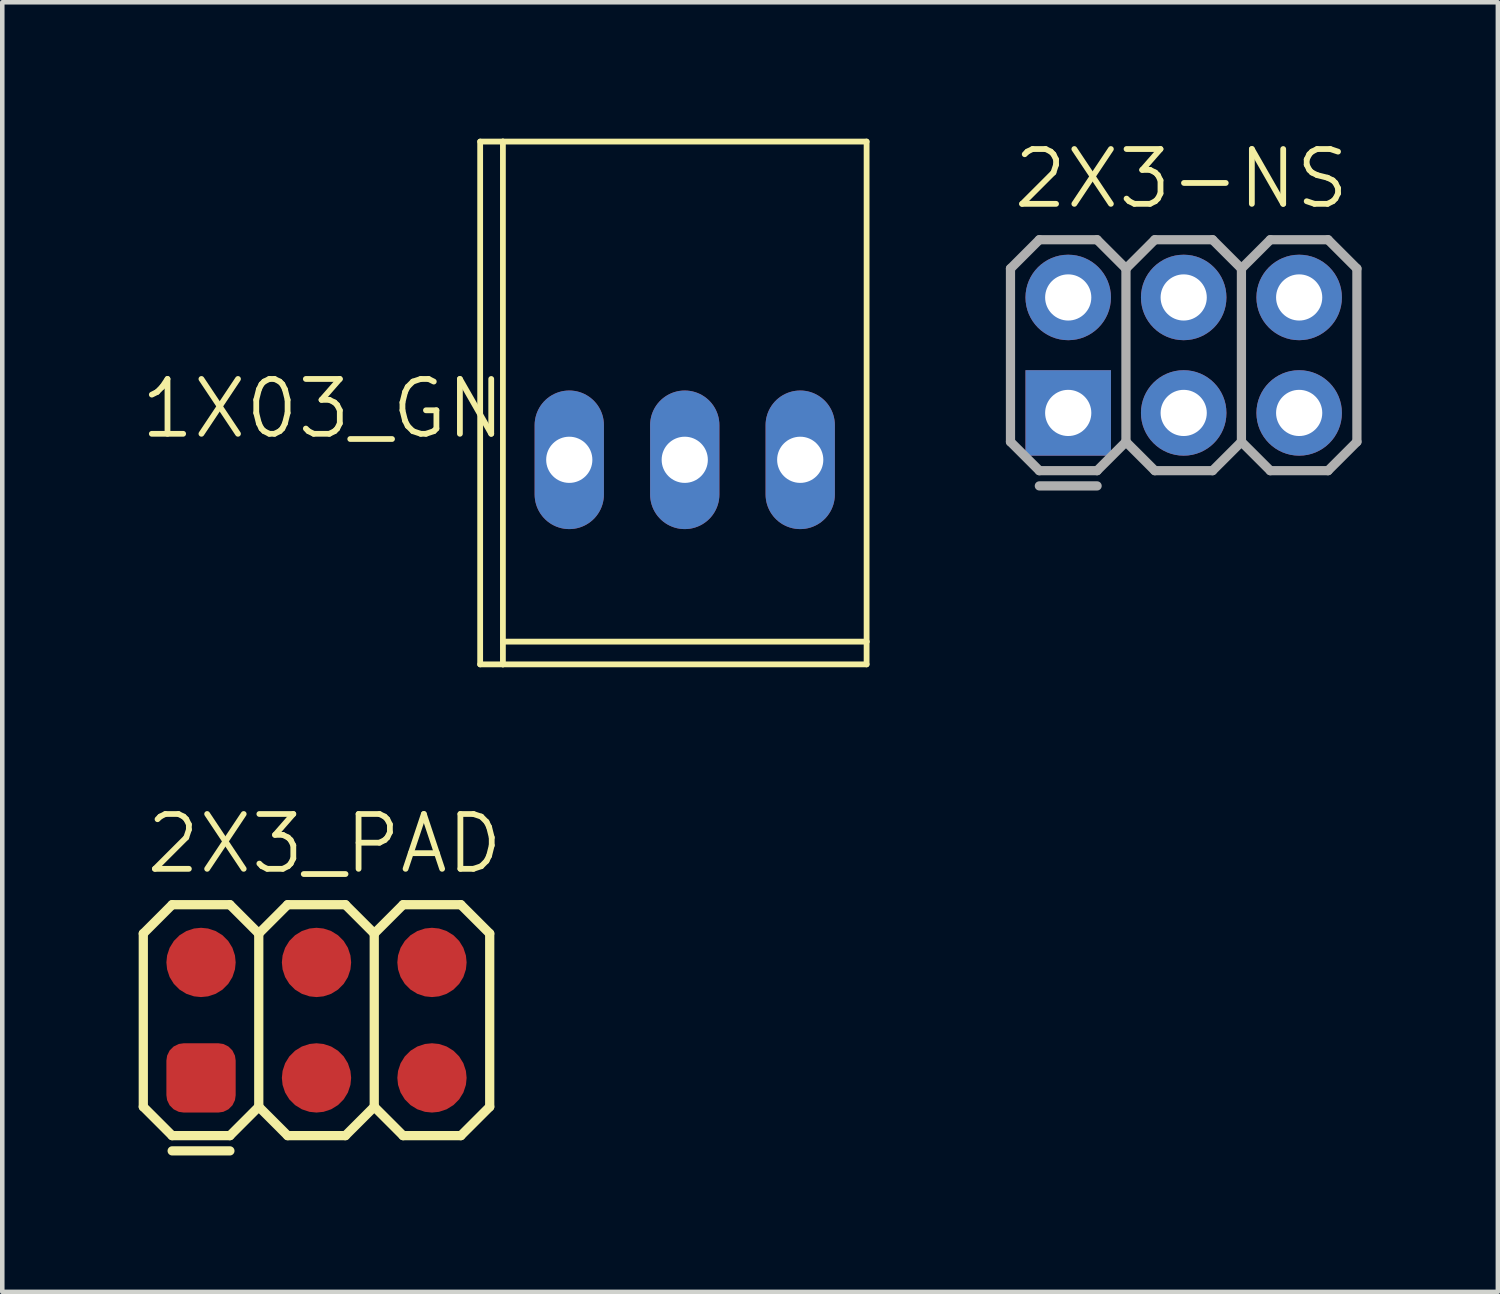
<source format=kicad_pcb>
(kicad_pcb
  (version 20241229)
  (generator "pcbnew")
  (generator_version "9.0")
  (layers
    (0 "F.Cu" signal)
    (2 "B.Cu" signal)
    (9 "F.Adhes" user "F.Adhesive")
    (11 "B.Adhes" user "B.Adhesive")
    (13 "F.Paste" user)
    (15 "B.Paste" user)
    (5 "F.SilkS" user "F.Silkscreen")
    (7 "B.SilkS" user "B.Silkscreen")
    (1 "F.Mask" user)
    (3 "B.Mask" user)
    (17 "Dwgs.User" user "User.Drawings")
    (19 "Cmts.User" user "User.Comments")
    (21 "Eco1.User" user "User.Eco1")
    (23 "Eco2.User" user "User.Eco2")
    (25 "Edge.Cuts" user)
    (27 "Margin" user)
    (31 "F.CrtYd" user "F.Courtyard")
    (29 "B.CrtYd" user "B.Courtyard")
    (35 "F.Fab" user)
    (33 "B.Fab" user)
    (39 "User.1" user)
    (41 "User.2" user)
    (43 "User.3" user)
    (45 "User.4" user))
  (footprint "1X03_GN"
    (layer "F.Cu")
    (at 12.012 7.064)
    (property "Reference" "1X03_GN" (at -3.886 -1.829 0) (layer "F.SilkS") (effects (font (size 1.206 1.206) (thickness 0.127)) (justify right top)))
    (attr through_hole)
    (fp_line (start -4.5 -7) (end -4.5 4.5) (stroke (width 0.127) (type solid)) (layer "F.SilkS"))
    (fp_line (start -4.5 4.5) (end -4 4.5) (stroke (width 0.127) (type solid)) (layer "F.SilkS"))
    (fp_line (start -4 -7) (end -4.5 -7) (stroke (width 0.127) (type solid)) (layer "F.SilkS"))
    (fp_line (start -4 -7) (end -4 4) (stroke (width 0.127) (type solid)) (layer "F.SilkS"))
    (fp_line (start -4 4) (end 4 4) (stroke (width 0.127) (type solid)) (layer "F.SilkS"))
    (fp_line (start -4 4.5) (end -4 4) (stroke (width 0.127) (type solid)) (layer "F.SilkS"))
    (fp_line (start -4 4.5) (end 4 4.5) (stroke (width 0.127) (type solid)) (layer "F.SilkS"))
    (fp_line (start 4 -7) (end -4 -7) (stroke (width 0.127) (type solid)) (layer "F.SilkS"))
    (fp_line (start 4 4) (end 4 -7) (stroke (width 0.127) (type solid)) (layer "F.SilkS"))
    (fp_line (start 4 4.5) (end 4 4) (stroke (width 0.127) (type solid)) (layer "F.SilkS"))
    (fp_poly (pts (xy -2.794 0.254) (xy -2.286 0.254) (xy -2.286 -0.254) (xy -2.794 -0.254)) (stroke (width 0.1) (type solid)) (fill no) (layer "F.Fab"))
    (fp_poly (pts (xy -0.254 0.254) (xy 0.254 0.254) (xy 0.254 -0.254) (xy -0.254 -0.254)) (stroke (width 0.1) (type solid)) (fill no) (layer "F.Fab"))
    (fp_poly (pts (xy 2.286 0.254) (xy 2.794 0.254) (xy 2.794 -0.254) (xy 2.286 -0.254)) (stroke (width 0.1) (type solid)) (fill no) (layer "F.Fab"))
    (pad "1" thru_hole oval (at -2.54 0 90) (size 3.048 1.524) (drill 1.016) (layers "*.Cu" "*.Mask"))
    (pad "2" thru_hole oval (at 0 0 90) (size 3.048 1.524) (drill 1.016) (layers "*.Cu" "*.Mask"))
    (pad "3" thru_hole oval (at 2.54 0 90) (size 3.048 1.524) (drill 1.016) (layers "*.Cu" "*.Mask")))
  (footprint "2X3_PAD"
    (layer "F.Cu")
    (at 3.912 19.39)
    (property "Reference" "2X3_PAD" (at -3.81 -3.175 0) (layer "F.SilkS") (effects (font (size 1.206 1.206) (thickness 0.127)) (justify left bottom)))
    (attr smd exclude_from_pos_files exclude_from_bom)
    (fp_line (start -3.81 -1.905) (end -3.175 -2.54) (stroke (width 0.203) (type solid)) (layer "F.SilkS"))
    (fp_line (start -3.81 1.905) (end -3.81 -1.905) (stroke (width 0.203) (type solid)) (layer "F.SilkS"))
    (fp_line (start -3.81 1.905) (end -3.175 2.54) (stroke (width 0.203) (type solid)) (layer "F.SilkS"))
    (fp_line (start -3.175 -2.54) (end -1.905 -2.54) (stroke (width 0.203) (type solid)) (layer "F.SilkS"))
    (fp_line (start -3.175 2.54) (end -1.905 2.54) (stroke (width 0.203) (type solid)) (layer "F.SilkS"))
    (fp_line (start -1.905 -2.54) (end -1.27 -1.905) (stroke (width 0.203) (type solid)) (layer "F.SilkS"))
    (fp_line (start -1.905 2.54) (end -1.27 1.905) (stroke (width 0.203) (type solid)) (layer "F.SilkS"))
    (fp_line (start -1.905 2.875) (end -3.175 2.875) (stroke (width 0.203) (type solid)) (layer "F.SilkS"))
    (fp_line (start -1.27 -1.905) (end -1.27 1.905) (stroke (width 0.203) (type solid)) (layer "F.SilkS"))
    (fp_line (start -1.27 -1.905) (end -0.635 -2.54) (stroke (width 0.203) (type solid)) (layer "F.SilkS"))
    (fp_line (start -1.27 1.905) (end -0.635 2.54) (stroke (width 0.203) (type solid)) (layer "F.SilkS"))
    (fp_line (start -0.635 -2.54) (end 0.635 -2.54) (stroke (width 0.203) (type solid)) (layer "F.SilkS"))
    (fp_line (start -0.635 2.54) (end 0.635 2.54) (stroke (width 0.203) (type solid)) (layer "F.SilkS"))
    (fp_line (start 0.635 -2.54) (end 1.27 -1.905) (stroke (width 0.203) (type solid)) (layer "F.SilkS"))
    (fp_line (start 0.635 2.54) (end 1.27 1.905) (stroke (width 0.203) (type solid)) (layer "F.SilkS"))
    (fp_line (start 1.27 -1.905) (end 1.27 1.905) (stroke (width 0.203) (type solid)) (layer "F.SilkS"))
    (fp_line (start 1.27 -1.905) (end 1.905 -2.54) (stroke (width 0.203) (type solid)) (layer "F.SilkS"))
    (fp_line (start 1.27 1.905) (end 1.905 2.54) (stroke (width 0.203) (type solid)) (layer "F.SilkS"))
    (fp_line (start 1.905 -2.54) (end 3.175 -2.54) (stroke (width 0.203) (type solid)) (layer "F.SilkS"))
    (fp_line (start 1.905 2.54) (end 3.175 2.54) (stroke (width 0.203) (type solid)) (layer "F.SilkS"))
    (fp_line (start 3.175 -2.54) (end 3.81 -1.905) (stroke (width 0.203) (type solid)) (layer "F.SilkS"))
    (fp_line (start 3.175 2.54) (end 3.81 1.905) (stroke (width 0.203) (type solid)) (layer "F.SilkS"))
    (fp_line (start 3.81 -1.905) (end 3.81 1.905) (stroke (width 0.203) (type solid)) (layer "F.SilkS"))
    (pad "1" smd roundrect (at -2.54 1.27 180) (size 1.524 1.524) (layers "F.Cu" "F.Mask" "F.Paste") (roundrect_rratio 0.25))
    (pad "2" smd roundrect (at -2.54 -1.27 180) (size 1.524 1.524) (layers "F.Cu" "F.Mask" "F.Paste") (roundrect_rratio 0.5))
    (pad "3" smd roundrect (at 0 1.27 180) (size 1.524 1.524) (layers "F.Cu" "F.Mask" "F.Paste") (roundrect_rratio 0.5))
    (pad "4" smd roundrect (at 0 -1.27 180) (size 1.524 1.524) (layers "F.Cu" "F.Mask" "F.Paste") (roundrect_rratio 0.5))
    (pad "5" smd roundrect (at 2.54 1.27 180) (size 1.524 1.524) (layers "F.Cu" "F.Mask" "F.Paste") (roundrect_rratio 0.5))
    (pad "6" smd roundrect (at 2.54 -1.27 180) (size 1.524 1.524) (layers "F.Cu" "F.Mask" "F.Paste") (roundrect_rratio 0.5)))
  (footprint "2X3-NS"
    (layer "F.Cu")
    (at 22.987 4.763)
    (property "Reference" "2X3-NS" (at -3.81 -3.175 0) (layer "F.SilkS") (effects (font (size 1.206 1.206) (thickness 0.127)) (justify left bottom)))
    (attr through_hole)
    (fp_line (start -3.81 -1.905) (end -3.175 -2.54) (stroke (width 0.203) (type solid)) (layer "F.Fab"))
    (fp_line (start -3.81 1.905) (end -3.81 -1.905) (stroke (width 0.203) (type solid)) (layer "F.Fab"))
    (fp_line (start -3.81 1.905) (end -3.175 2.54) (stroke (width 0.203) (type solid)) (layer "F.Fab"))
    (fp_line (start -3.175 -2.54) (end -1.905 -2.54) (stroke (width 0.203) (type solid)) (layer "F.Fab"))
    (fp_line (start -3.175 2.54) (end -1.905 2.54) (stroke (width 0.203) (type solid)) (layer "F.Fab"))
    (fp_line (start -1.905 -2.54) (end -1.27 -1.905) (stroke (width 0.203) (type solid)) (layer "F.Fab"))
    (fp_line (start -1.905 2.54) (end -1.27 1.905) (stroke (width 0.203) (type solid)) (layer "F.Fab"))
    (fp_line (start -1.905 2.875) (end -3.175 2.875) (stroke (width 0.203) (type solid)) (layer "F.Fab"))
    (fp_line (start -1.27 -1.905) (end -1.27 1.905) (stroke (width 0.203) (type solid)) (layer "F.Fab"))
    (fp_line (start -1.27 -1.905) (end -0.635 -2.54) (stroke (width 0.203) (type solid)) (layer "F.Fab"))
    (fp_line (start -1.27 1.905) (end -0.635 2.54) (stroke (width 0.203) (type solid)) (layer "F.Fab"))
    (fp_line (start -0.635 -2.54) (end 0.635 -2.54) (stroke (width 0.203) (type solid)) (layer "F.Fab"))
    (fp_line (start -0.635 2.54) (end 0.635 2.54) (stroke (width 0.203) (type solid)) (layer "F.Fab"))
    (fp_line (start 0.635 -2.54) (end 1.27 -1.905) (stroke (width 0.203) (type solid)) (layer "F.Fab"))
    (fp_line (start 0.635 2.54) (end 1.27 1.905) (stroke (width 0.203) (type solid)) (layer "F.Fab"))
    (fp_line (start 1.27 -1.905) (end 1.27 1.905) (stroke (width 0.203) (type solid)) (layer "F.Fab"))
    (fp_line (start 1.27 -1.905) (end 1.905 -2.54) (stroke (width 0.203) (type solid)) (layer "F.Fab"))
    (fp_line (start 1.27 1.905) (end 1.905 2.54) (stroke (width 0.203) (type solid)) (layer "F.Fab"))
    (fp_line (start 1.905 -2.54) (end 3.175 -2.54) (stroke (width 0.203) (type solid)) (layer "F.Fab"))
    (fp_line (start 1.905 2.54) (end 3.175 2.54) (stroke (width 0.203) (type solid)) (layer "F.Fab"))
    (fp_line (start 3.175 -2.54) (end 3.81 -1.905) (stroke (width 0.203) (type solid)) (layer "F.Fab"))
    (fp_line (start 3.175 2.54) (end 3.81 1.905) (stroke (width 0.203) (type solid)) (layer "F.Fab"))
    (fp_line (start 3.81 -1.905) (end 3.81 1.905) (stroke (width 0.203) (type solid)) (layer "F.Fab"))
    (fp_poly (pts (xy -2.794 -1.016) (xy -2.286 -1.016) (xy -2.286 -1.524) (xy -2.794 -1.524)) (stroke (width 0.1) (type solid)) (fill no) (layer "F.Fab"))
    (fp_poly (pts (xy -2.794 1.524) (xy -2.286 1.524) (xy -2.286 1.016) (xy -2.794 1.016)) (stroke (width 0.1) (type solid)) (fill no) (layer "F.Fab"))
    (fp_poly (pts (xy -0.254 -1.016) (xy 0.254 -1.016) (xy 0.254 -1.524) (xy -0.254 -1.524)) (stroke (width 0.1) (type solid)) (fill no) (layer "F.Fab"))
    (fp_poly (pts (xy -0.254 1.524) (xy 0.254 1.524) (xy 0.254 1.016) (xy -0.254 1.016)) (stroke (width 0.1) (type solid)) (fill no) (layer "F.Fab"))
    (fp_poly (pts (xy 2.286 -1.016) (xy 2.794 -1.016) (xy 2.794 -1.524) (xy 2.286 -1.524)) (stroke (width 0.1) (type solid)) (fill no) (layer "F.Fab"))
    (fp_poly (pts (xy 2.286 1.524) (xy 2.794 1.524) (xy 2.794 1.016) (xy 2.286 1.016)) (stroke (width 0.1) (type solid)) (fill no) (layer "F.Fab"))
    (pad "1" thru_hole rect (at -2.54 1.27) (size 1.88 1.88) (drill 1.016) (layers "*.Cu" "*.Mask"))
    (pad "2" thru_hole circle (at -2.54 -1.27) (size 1.88 1.88) (drill 1.016) (layers "*.Cu" "*.Mask"))
    (pad "3" thru_hole circle (at 0 1.27) (size 1.88 1.88) (drill 1.016) (layers "*.Cu" "*.Mask"))
    (pad "4" thru_hole circle (at 0 -1.27) (size 1.88 1.88) (drill 1.016) (layers "*.Cu" "*.Mask"))
    (pad "5" thru_hole circle (at 2.54 1.27) (size 1.88 1.88) (drill 1.016) (layers "*.Cu" "*.Mask"))
    (pad "6" thru_hole circle (at 2.54 -1.27) (size 1.88 1.88) (drill 1.016) (layers "*.Cu" "*.Mask")))
  (gr_rect
    (start -3 -3)
    (end 29.898 25.366)
    (stroke (width 0.1) (type default))
    (fill no)
    (layer "Edge.Cuts")))
</source>
